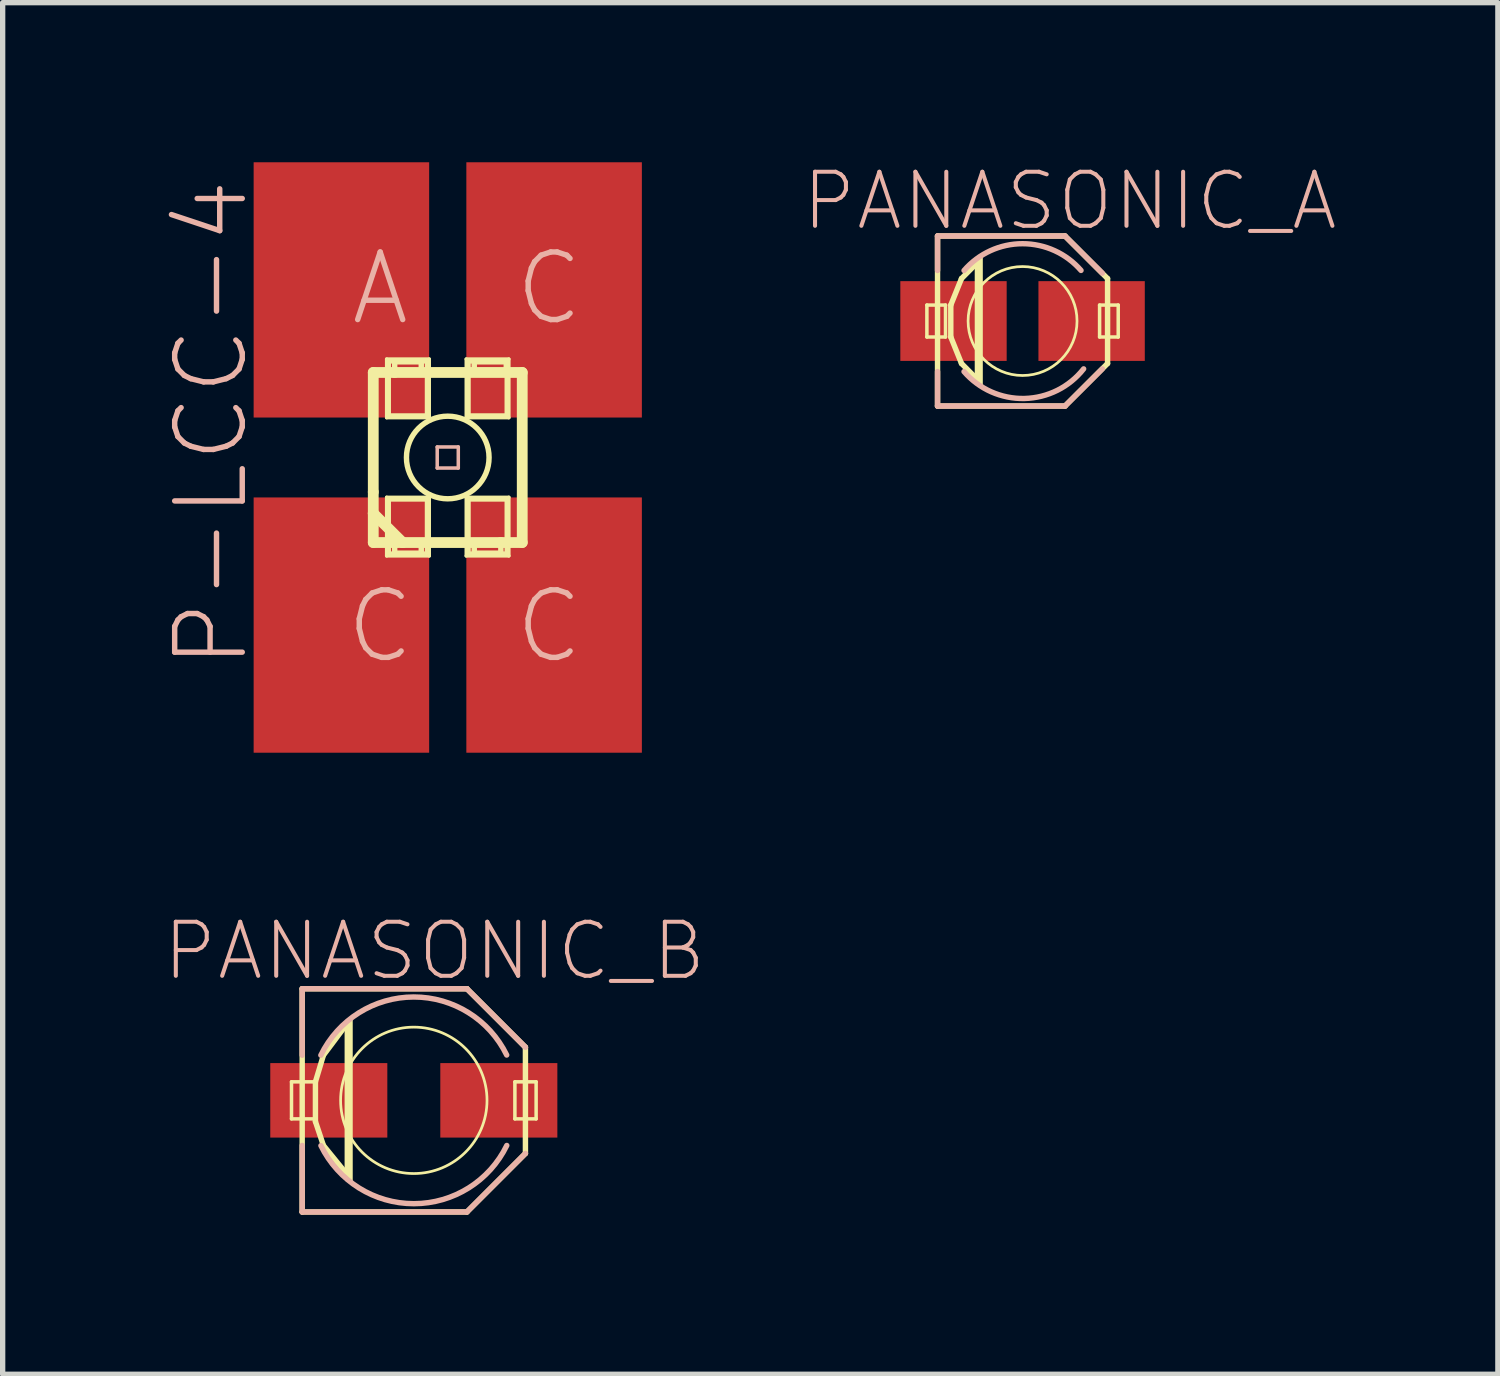
<source format=kicad_pcb>
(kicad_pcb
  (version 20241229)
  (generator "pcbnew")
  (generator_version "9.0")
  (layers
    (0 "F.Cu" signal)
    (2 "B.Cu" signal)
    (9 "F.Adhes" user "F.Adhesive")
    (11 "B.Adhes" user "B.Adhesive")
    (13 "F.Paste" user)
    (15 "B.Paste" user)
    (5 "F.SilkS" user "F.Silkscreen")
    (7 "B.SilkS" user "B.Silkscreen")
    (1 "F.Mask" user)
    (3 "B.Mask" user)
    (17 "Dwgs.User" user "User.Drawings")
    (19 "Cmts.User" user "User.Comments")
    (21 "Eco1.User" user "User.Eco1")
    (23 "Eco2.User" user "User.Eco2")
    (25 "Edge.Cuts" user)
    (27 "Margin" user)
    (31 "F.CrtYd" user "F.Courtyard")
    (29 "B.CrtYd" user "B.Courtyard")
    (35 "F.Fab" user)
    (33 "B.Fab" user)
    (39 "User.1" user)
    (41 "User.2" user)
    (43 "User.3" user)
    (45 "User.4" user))
  (footprint "PANASONIC_A"
    (layer "F.Cu")
    (at 16.17 2.984)
    (property "Reference" "PANASONIC_A" (at 0.889 -2.256 0) (layer "B.SilkS") (effects (font (size 1.016 1.016) (thickness 0.076))))
    (attr smd)
    (fp_line (start -1.798 -0.3) (end -1.448 -0.3) (stroke (width 0.066) (type solid)) (layer "F.SilkS"))
    (fp_line (start -1.798 0.3) (end -1.798 -0.3) (stroke (width 0.066) (type solid)) (layer "F.SilkS"))
    (fp_line (start -1.798 0.3) (end -1.448 0.3) (stroke (width 0.066) (type solid)) (layer "F.SilkS"))
    (fp_line (start -1.598 -1.598) (end 0.798 -1.598) (stroke (width 0.102) (type solid)) (layer "F.SilkS"))
    (fp_line (start -1.598 1.598) (end -1.598 -1.598) (stroke (width 0.102) (type solid)) (layer "F.SilkS"))
    (fp_line (start -1.448 0.3) (end -1.448 -0.3) (stroke (width 0.066) (type solid)) (layer "F.SilkS"))
    (fp_line (start -1.349 -0.3) (end -1.349 0.3) (stroke (width 0.102) (type solid)) (layer "F.SilkS"))
    (fp_line (start -1.349 0.3) (end -1.148 0.798) (stroke (width 0.102) (type solid)) (layer "F.SilkS"))
    (fp_line (start -1.148 -0.798) (end -1.349 -0.3) (stroke (width 0.102) (type solid)) (layer "F.SilkS"))
    (fp_line (start -1.148 0.798) (end -0.848 1.1) (stroke (width 0.102) (type solid)) (layer "F.SilkS"))
    (fp_line (start -0.848 -1.1) (end -1.148 -0.798) (stroke (width 0.102) (type solid)) (layer "F.SilkS"))
    (fp_line (start -0.848 -1.049) (end -0.848 -1.1) (stroke (width 0.102) (type solid)) (layer "F.SilkS"))
    (fp_line (start -0.848 1.1) (end -0.848 -1.049) (stroke (width 0.102) (type solid)) (layer "F.SilkS"))
    (fp_line (start -0.798 -1.199) (end -0.798 1.199) (stroke (width 0.102) (type solid)) (layer "F.SilkS"))
    (fp_line (start 0.798 -1.598) (end 1.598 -0.798) (stroke (width 0.102) (type solid)) (layer "F.SilkS"))
    (fp_line (start 0.798 1.598) (end -1.598 1.598) (stroke (width 0.102) (type solid)) (layer "F.SilkS"))
    (fp_line (start 1.448 -0.3) (end 1.798 -0.3) (stroke (width 0.066) (type solid)) (layer "F.SilkS"))
    (fp_line (start 1.448 0.3) (end 1.448 -0.3) (stroke (width 0.066) (type solid)) (layer "F.SilkS"))
    (fp_line (start 1.448 0.3) (end 1.798 0.3) (stroke (width 0.066) (type solid)) (layer "F.SilkS"))
    (fp_line (start 1.598 -0.798) (end 1.598 0.798) (stroke (width 0.102) (type solid)) (layer "F.SilkS"))
    (fp_line (start 1.598 0.798) (end 0.798 1.598) (stroke (width 0.102) (type solid)) (layer "F.SilkS"))
    (fp_line (start 1.798 0.3) (end 1.798 -0.3) (stroke (width 0.066) (type solid)) (layer "F.SilkS"))
    (fp_circle (center 0 0) (end -0.724 0.724) (stroke (width 0.051) (type solid)) (fill no) (layer "F.SilkS"))
    (fp_line (start -1.598 -1.598) (end 0.798 -1.598) (stroke (width 0.102) (type solid)) (layer "B.SilkS"))
    (fp_line (start -1.598 -0.95) (end -1.598 -1.598) (stroke (width 0.102) (type solid)) (layer "B.SilkS"))
    (fp_line (start -1.598 1.598) (end -1.598 0.95) (stroke (width 0.102) (type solid)) (layer "B.SilkS"))
    (fp_line (start 0.798 -1.598) (end 1.499 -0.899) (stroke (width 0.102) (type solid)) (layer "B.SilkS"))
    (fp_line (start 0.798 1.598) (end -1.598 1.598) (stroke (width 0.102) (type solid)) (layer "B.SilkS"))
    (fp_line (start 1.499 0.899) (end 0.798 1.598) (stroke (width 0.102) (type solid)) (layer "B.SilkS"))
    (fp_arc (start -1.09982 -0.94996) (mid -0.000798 -1.453282) (end 1.098776 -0.951168) (stroke (width 0.1016) (type solid)) (layer "B.SilkS"))
    (fp_arc (start 1.14808 0.89916) (mid 0.036109 1.455893) (end -1.100341 0.951002) (stroke (width 0.1016) (type solid)) (layer "B.SilkS"))
    (pad "+" smd rect (at 1.298 0) (size 1.999 1.499) (layers "F.Cu" "F.Mask" "F.Paste"))
    (pad "-" smd rect (at -1.298 0) (size 1.999 1.499) (layers "F.Cu" "F.Mask" "F.Paste")))
  (footprint "P-LCC-4"
    (layer "F.Cu")
    (at 5.366 5.549)
    (property "Reference" "P-LCC-4" (at -4.445 -0.635 90) (layer "B.SilkS") (effects (font (size 1.27 1.27) (thickness 0.102))))
    (attr smd)
    (fp_line (start -1.4 -1.598) (end -1.4 0.648) (stroke (width 0.203) (type solid)) (layer "F.SilkS"))
    (fp_line (start -1.4 1.049) (end -1.4 0.648) (stroke (width 0.203) (type solid)) (layer "F.SilkS"))
    (fp_line (start -1.4 1.049) (end -1.4 1.598) (stroke (width 0.203) (type solid)) (layer "F.SilkS"))
    (fp_line (start -1.4 1.598) (end -0.998 1.598) (stroke (width 0.203) (type solid)) (layer "F.SilkS"))
    (fp_line (start -1.148 -1.849) (end -0.348 -1.849) (stroke (width 0.066) (type solid)) (layer "F.SilkS"))
    (fp_line (start -1.148 -0.749) (end -1.148 -1.849) (stroke (width 0.066) (type solid)) (layer "F.SilkS"))
    (fp_line (start -1.148 -0.749) (end -0.348 -0.749) (stroke (width 0.066) (type solid)) (layer "F.SilkS"))
    (fp_line (start -1.148 0.749) (end -0.348 0.749) (stroke (width 0.066) (type solid)) (layer "F.SilkS"))
    (fp_line (start -1.148 1.849) (end -1.148 0.749) (stroke (width 0.066) (type solid)) (layer "F.SilkS"))
    (fp_line (start -1.148 1.849) (end -0.348 1.849) (stroke (width 0.066) (type solid)) (layer "F.SilkS"))
    (fp_line (start -1.1 -1.798) (end -0.399 -1.798) (stroke (width 0.066) (type solid)) (layer "F.SilkS"))
    (fp_line (start -1.1 -0.798) (end -1.1 -1.798) (stroke (width 0.066) (type solid)) (layer "F.SilkS"))
    (fp_line (start -1.1 -0.798) (end -0.399 -0.798) (stroke (width 0.066) (type solid)) (layer "F.SilkS"))
    (fp_line (start -1.1 0.798) (end -0.399 0.798) (stroke (width 0.066) (type solid)) (layer "F.SilkS"))
    (fp_line (start -1.1 1.798) (end -1.1 0.798) (stroke (width 0.066) (type solid)) (layer "F.SilkS"))
    (fp_line (start -1.1 1.798) (end -0.399 1.798) (stroke (width 0.066) (type solid)) (layer "F.SilkS"))
    (fp_line (start -0.998 -1.798) (end -0.498 -1.798) (stroke (width 0.102) (type solid)) (layer "F.SilkS"))
    (fp_line (start -0.998 -1.598) (end -1.4 -1.598) (stroke (width 0.203) (type solid)) (layer "F.SilkS"))
    (fp_line (start -0.998 -1.598) (end -0.998 -1.798) (stroke (width 0.102) (type solid)) (layer "F.SilkS"))
    (fp_line (start -0.998 1.598) (end -0.998 1.798) (stroke (width 0.102) (type solid)) (layer "F.SilkS"))
    (fp_line (start -0.998 1.598) (end -0.848 1.598) (stroke (width 0.203) (type solid)) (layer "F.SilkS"))
    (fp_line (start -0.998 1.798) (end -0.498 1.798) (stroke (width 0.102) (type solid)) (layer "F.SilkS"))
    (fp_line (start -0.848 1.598) (end -1.4 1.049) (stroke (width 0.203) (type solid)) (layer "F.SilkS"))
    (fp_line (start -0.848 1.598) (end 0.998 1.598) (stroke (width 0.203) (type solid)) (layer "F.SilkS"))
    (fp_line (start -0.498 -1.798) (end -0.498 -1.648) (stroke (width 0.102) (type solid)) (layer "F.SilkS"))
    (fp_line (start -0.498 1.798) (end -0.498 1.648) (stroke (width 0.102) (type solid)) (layer "F.SilkS"))
    (fp_line (start -0.399 -0.798) (end -0.399 -1.798) (stroke (width 0.066) (type solid)) (layer "F.SilkS"))
    (fp_line (start -0.399 1.798) (end -0.399 0.798) (stroke (width 0.066) (type solid)) (layer "F.SilkS"))
    (fp_line (start -0.348 -0.749) (end -0.348 -1.849) (stroke (width 0.066) (type solid)) (layer "F.SilkS"))
    (fp_line (start -0.348 1.849) (end -0.348 0.749) (stroke (width 0.066) (type solid)) (layer "F.SilkS"))
    (fp_line (start 0.348 -1.849) (end 1.148 -1.849) (stroke (width 0.066) (type solid)) (layer "F.SilkS"))
    (fp_line (start 0.348 -0.749) (end 0.348 -1.849) (stroke (width 0.066) (type solid)) (layer "F.SilkS"))
    (fp_line (start 0.348 -0.749) (end 1.148 -0.749) (stroke (width 0.066) (type solid)) (layer "F.SilkS"))
    (fp_line (start 0.348 0.749) (end 1.148 0.749) (stroke (width 0.066) (type solid)) (layer "F.SilkS"))
    (fp_line (start 0.348 1.849) (end 0.348 0.749) (stroke (width 0.066) (type solid)) (layer "F.SilkS"))
    (fp_line (start 0.348 1.849) (end 1.148 1.849) (stroke (width 0.066) (type solid)) (layer "F.SilkS"))
    (fp_line (start 0.399 -1.798) (end 1.1 -1.798) (stroke (width 0.066) (type solid)) (layer "F.SilkS"))
    (fp_line (start 0.399 -0.798) (end 0.399 -1.798) (stroke (width 0.066) (type solid)) (layer "F.SilkS"))
    (fp_line (start 0.399 -0.798) (end 1.1 -0.798) (stroke (width 0.066) (type solid)) (layer "F.SilkS"))
    (fp_line (start 0.399 0.798) (end 1.1 0.798) (stroke (width 0.066) (type solid)) (layer "F.SilkS"))
    (fp_line (start 0.399 1.798) (end 0.399 0.798) (stroke (width 0.066) (type solid)) (layer "F.SilkS"))
    (fp_line (start 0.399 1.798) (end 1.1 1.798) (stroke (width 0.066) (type solid)) (layer "F.SilkS"))
    (fp_line (start 0.498 -1.798) (end 1.1 -1.798) (stroke (width 0.102) (type solid)) (layer "F.SilkS"))
    (fp_line (start 0.498 -1.648) (end 0.498 -1.798) (stroke (width 0.102) (type solid)) (layer "F.SilkS"))
    (fp_line (start 0.498 1.648) (end 0.498 1.798) (stroke (width 0.102) (type solid)) (layer "F.SilkS"))
    (fp_line (start 0.498 1.798) (end 0.998 1.798) (stroke (width 0.102) (type solid)) (layer "F.SilkS"))
    (fp_line (start 0.998 1.598) (end 1.4 1.598) (stroke (width 0.203) (type solid)) (layer "F.SilkS"))
    (fp_line (start 0.998 1.798) (end 0.998 1.598) (stroke (width 0.102) (type solid)) (layer "F.SilkS"))
    (fp_line (start 1.1 -1.798) (end 1.1 -1.598) (stroke (width 0.102) (type solid)) (layer "F.SilkS"))
    (fp_line (start 1.1 -0.798) (end 1.1 -1.798) (stroke (width 0.066) (type solid)) (layer "F.SilkS"))
    (fp_line (start 1.1 1.798) (end 1.1 0.798) (stroke (width 0.066) (type solid)) (layer "F.SilkS"))
    (fp_line (start 1.148 -0.749) (end 1.148 -1.849) (stroke (width 0.066) (type solid)) (layer "F.SilkS"))
    (fp_line (start 1.148 1.849) (end 1.148 0.749) (stroke (width 0.066) (type solid)) (layer "F.SilkS"))
    (fp_line (start 1.4 -1.598) (end -0.998 -1.598) (stroke (width 0.203) (type solid)) (layer "F.SilkS"))
    (fp_line (start 1.4 1.598) (end 1.4 -1.598) (stroke (width 0.203) (type solid)) (layer "F.SilkS"))
    (fp_circle (center 0 0) (end -0.549 0.549) (stroke (width 0.102) (type solid)) (fill no) (layer "F.SilkS"))
    (fp_line (start -0.198 -0.198) (end 0.198 -0.198) (stroke (width 0.066) (type solid)) (layer "B.SilkS"))
    (fp_line (start -0.198 0.198) (end -0.198 -0.198) (stroke (width 0.066) (type solid)) (layer "B.SilkS"))
    (fp_line (start -0.198 0.198) (end 0.198 0.198) (stroke (width 0.066) (type solid)) (layer "B.SilkS"))
    (fp_line (start 0.198 0.198) (end 0.198 -0.198) (stroke (width 0.066) (type solid)) (layer "B.SilkS"))
    (fp_text user "C" (at 1.905 3.175 0) (layer "B.SilkS") (effects (font (size 1.27 1.27) (thickness 0.102))))
    (fp_text user "C" (at -1.27 3.175 0) (layer "B.SilkS") (effects (font (size 1.27 1.27) (thickness 0.102))))
    (fp_text user "A" (at -1.27 -3.175 0) (layer "B.SilkS") (effects (font (size 1.27 1.27) (thickness 0.102))))
    (fp_text user "C" (at 1.905 -3.175 0) (layer "B.SilkS") (effects (font (size 1.27 1.27) (thickness 0.102))))
    (pad "A" smd rect (at -1.999 -3.15) (size 3.299 4.798) (layers "F.Cu" "F.Mask" "F.Paste"))
    (pad "C@1" smd rect (at -1.999 3.15) (size 3.299 4.798) (layers "F.Cu" "F.Mask" "F.Paste"))
    (pad "C@3" smd rect (at 1.999 -3.15) (size 3.299 4.798) (layers "F.Cu" "F.Mask" "F.Paste"))
    (pad "C@4" smd rect (at 1.999 3.15) (size 3.299 4.798) (layers "F.Cu" "F.Mask" "F.Paste")))
  (footprint "PANASONIC_B"
    (layer "F.Cu")
    (at 4.728 17.632)
    (property "Reference" "PANASONIC_B" (at 0.389 -2.807 0) (layer "B.SilkS") (effects (font (size 1.016 1.016) (thickness 0.076))))
    (attr smd)
    (fp_line (start -2.299 -0.348) (end -1.849 -0.348) (stroke (width 0.066) (type solid)) (layer "F.SilkS"))
    (fp_line (start -2.299 0.348) (end -2.299 -0.348) (stroke (width 0.066) (type solid)) (layer "F.SilkS"))
    (fp_line (start -2.299 0.348) (end -1.849 0.348) (stroke (width 0.066) (type solid)) (layer "F.SilkS"))
    (fp_line (start -2.098 -2.098) (end 0.998 -2.098) (stroke (width 0.102) (type solid)) (layer "F.SilkS"))
    (fp_line (start -2.098 2.098) (end -2.098 -2.098) (stroke (width 0.102) (type solid)) (layer "F.SilkS"))
    (fp_line (start -1.849 -0.348) (end -1.849 0.399) (stroke (width 0.102) (type solid)) (layer "F.SilkS"))
    (fp_line (start -1.849 0.348) (end -1.849 -0.348) (stroke (width 0.066) (type solid)) (layer "F.SilkS"))
    (fp_line (start -1.849 0.399) (end -1.699 0.848) (stroke (width 0.102) (type solid)) (layer "F.SilkS"))
    (fp_line (start -1.699 -0.848) (end -1.849 -0.348) (stroke (width 0.102) (type solid)) (layer "F.SilkS"))
    (fp_line (start -1.699 0.848) (end -1.25 1.4) (stroke (width 0.102) (type solid)) (layer "F.SilkS"))
    (fp_line (start -1.25 -1.448) (end -1.699 -0.848) (stroke (width 0.102) (type solid)) (layer "F.SilkS"))
    (fp_line (start -1.25 -1.4) (end -1.25 -1.448) (stroke (width 0.102) (type solid)) (layer "F.SilkS"))
    (fp_line (start -1.25 1.4) (end -1.25 -1.4) (stroke (width 0.102) (type solid)) (layer "F.SilkS"))
    (fp_line (start -1.199 -1.499) (end -1.199 1.499) (stroke (width 0.102) (type solid)) (layer "F.SilkS"))
    (fp_line (start 0.998 -2.098) (end 2.098 -0.998) (stroke (width 0.102) (type solid)) (layer "F.SilkS"))
    (fp_line (start 0.998 2.098) (end -2.098 2.098) (stroke (width 0.102) (type solid)) (layer "F.SilkS"))
    (fp_line (start 1.9 -0.348) (end 2.299 -0.348) (stroke (width 0.066) (type solid)) (layer "F.SilkS"))
    (fp_line (start 1.9 0.348) (end 1.9 -0.348) (stroke (width 0.066) (type solid)) (layer "F.SilkS"))
    (fp_line (start 1.9 0.348) (end 2.299 0.348) (stroke (width 0.066) (type solid)) (layer "F.SilkS"))
    (fp_line (start 2.098 -0.998) (end 2.098 0.998) (stroke (width 0.102) (type solid)) (layer "F.SilkS"))
    (fp_line (start 2.098 0.998) (end 0.998 2.098) (stroke (width 0.102) (type solid)) (layer "F.SilkS"))
    (fp_line (start 2.299 0.348) (end 2.299 -0.348) (stroke (width 0.066) (type solid)) (layer "F.SilkS"))
    (fp_circle (center 0 0) (end -0.973 0.973) (stroke (width 0.051) (type solid)) (fill no) (layer "F.SilkS"))
    (fp_line (start -2.098 -2.098) (end 0.998 -2.098) (stroke (width 0.102) (type solid)) (layer "B.SilkS"))
    (fp_line (start -2.098 -0.848) (end -2.098 -2.098) (stroke (width 0.102) (type solid)) (layer "B.SilkS"))
    (fp_line (start -2.098 2.098) (end -2.098 0.848) (stroke (width 0.102) (type solid)) (layer "B.SilkS"))
    (fp_line (start 0.998 -2.098) (end 2.098 -0.998) (stroke (width 0.102) (type solid)) (layer "B.SilkS"))
    (fp_line (start 0.998 2.098) (end -2.098 2.098) (stroke (width 0.102) (type solid)) (layer "B.SilkS"))
    (fp_line (start 2.098 0.998) (end 0.998 2.098) (stroke (width 0.102) (type solid)) (layer "B.SilkS"))
    (fp_arc (start -1.74752 -0.84836) (mid -0.001866 -1.942559) (end 1.745887 -0.851716) (stroke (width 0.1016) (type solid)) (layer "B.SilkS"))
    (fp_arc (start 1.74752 0.84836) (mid 0.001866 1.942559) (end -1.745887 0.851716) (stroke (width 0.1016) (type solid)) (layer "B.SilkS"))
    (pad "+" smd rect (at 1.598 0) (size 2.2 1.4) (layers "F.Cu" "F.Mask" "F.Paste"))
    (pad "-" smd rect (at -1.598 0) (size 2.2 1.4) (layers "F.Cu" "F.Mask" "F.Paste")))
  (gr_rect
    (start -3 -3)
    (end 25.104 22.781)
    (stroke (width 0.1) (type default))
    (fill no)
    (layer "Edge.Cuts")))
</source>
